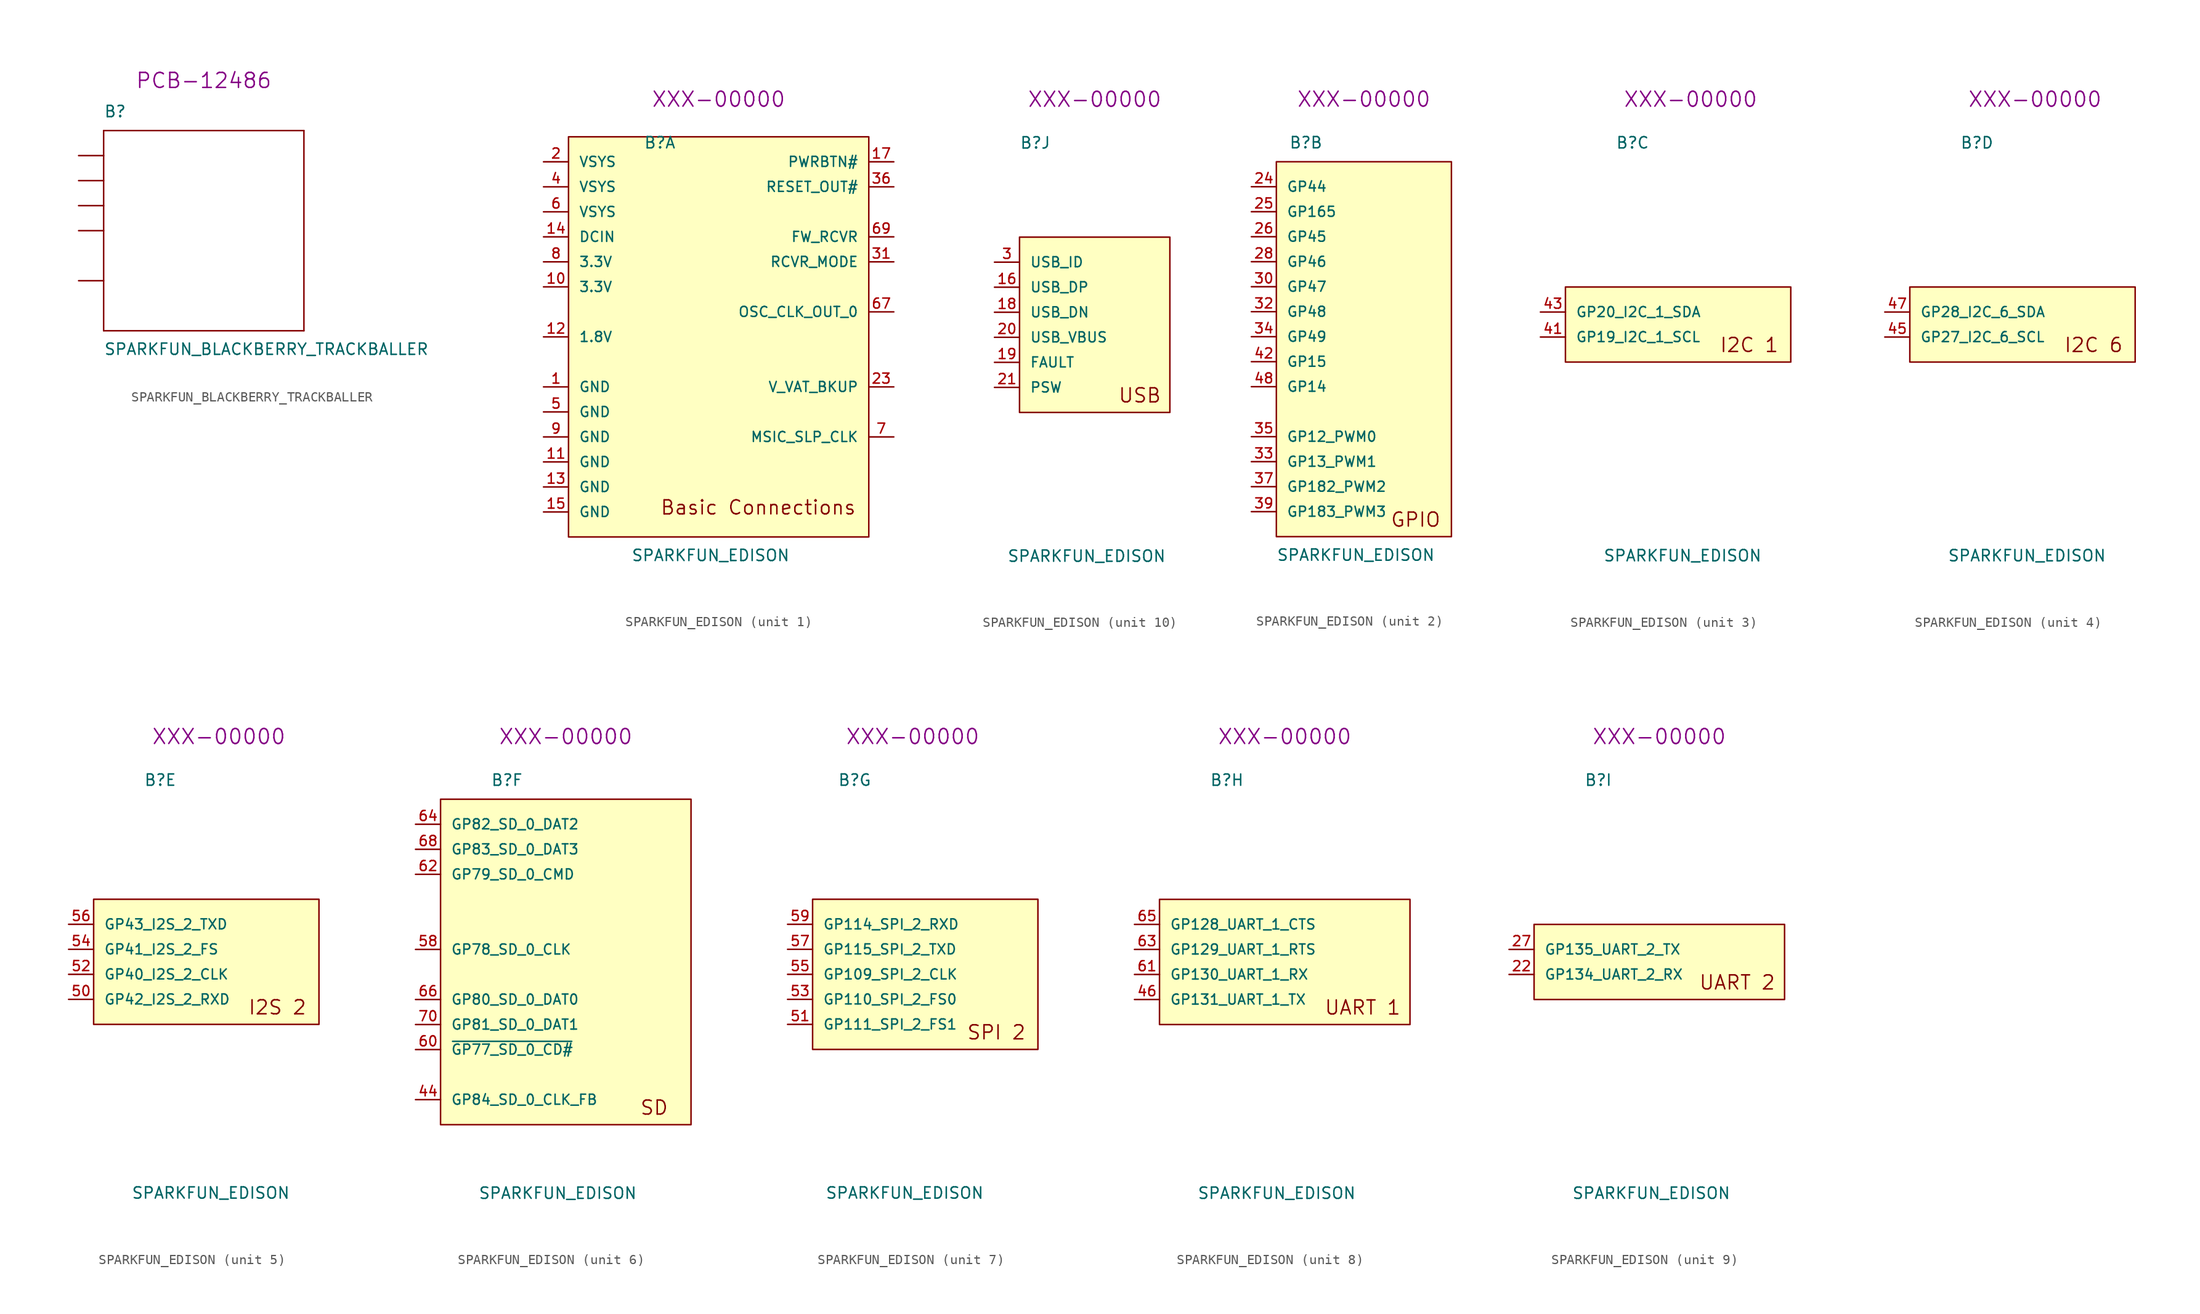
<source format=kicad_sym>
(kicad_symbol_lib
  (version 20201005)
  (generator kicad_symbol_editor)
  (symbol "SPARKFUN_BLACKBERRY_TRACKBALLER"
    (pin_names
      (offset 1.016))
    (property "Reference" "B"
      (at -10.16 11.43 0)
      (effects (font (size 1.143 1.143)) (justify left bottom)))
    (property "Value" "SPARKFUN_BLACKBERRY_TRACKBALLER"
      (at -10.16 -12.7 0)
      (effects (font (size 1.143 1.143)) (justify left bottom)))
    (property "Field4" "PCB-12486"
      (at 0 15.24 0)
      (effects (font (size 1.524 1.524))))
    (property "ki_locked" ""
      (at 0 0 0)
      (effects (font (size 1.27 1.27))))
    (symbol "SPARKFUN_BLACKBERRY_TRACKBALLER_1_0"
      (polyline (pts (xy -12.7 -5.08) (xy -10.16 -5.08)) (stroke (width 0)) (fill (type none)))
      (polyline (pts (xy -12.7 0) (xy -10.16 0)) (stroke (width 0)) (fill (type none)))
      (polyline (pts (xy -12.7 2.54) (xy -10.16 2.54)) (stroke (width 0)) (fill (type none)))
      (polyline (pts (xy -12.7 5.08) (xy -10.16 5.08)) (stroke (width 0)) (fill (type none)))
      (polyline (pts (xy -12.7 7.62) (xy -10.16 7.62)) (stroke (width 0)) (fill (type none)))
      (polyline (pts (xy -10.16 -10.16) (xy -10.16 10.16)) (stroke (width 0)) (fill (type none)))
      (polyline (pts (xy -10.16 -10.16) (xy 10.16 -10.16)) (stroke (width 0)) (fill (type none)))
      (polyline (pts (xy -10.16 10.16) (xy 10.16 10.16)) (stroke (width 0)) (fill (type none)))
      (polyline (pts (xy 10.16 10.16) (xy 10.16 -10.16)) (stroke (width 0)) (fill (type none))))
    (symbol "SPARKFUN_BLACKBERRY_TRACKBALLER_1_1"
      (pin input line (at 12.7 0 180) (length 2.54) hide (name "BLU" (effects (font (size 1.016 1.016)))) (number "~" (effects (font (size 1.016 1.016)))))
      (pin output line (at -12.7 -5.08 0) (length 2.54) hide (name "BTN" (effects (font (size 1.016 1.016)))) (number "~" (effects (font (size 1.016 1.016)))))
      (pin output line (at -12.7 5.08 0) (length 2.54) hide (name "DWN" (effects (font (size 1.016 1.016)))) (number "~" (effects (font (size 1.016 1.016)))))
      (pin power_in line (at 12.7 -7.62 180) (length 2.54) hide (name "GND" (effects (font (size 1.016 1.016)))) (number "~" (effects (font (size 1.016 1.016)))))
      (pin input line (at 12.7 5.08 180) (length 2.54) hide (name "GRN" (effects (font (size 1.016 1.016)))) (number "~" (effects (font (size 1.016 1.016)))))
      (pin output line (at -12.7 2.54 0) (length 2.54) hide (name "LFT" (effects (font (size 1.016 1.016)))) (number "~" (effects (font (size 1.016 1.016)))))
      (pin input line (at 12.7 2.54 180) (length 2.54) hide (name "RED" (effects (font (size 1.016 1.016)))) (number "~" (effects (font (size 1.016 1.016)))))
      (pin output line (at -12.7 0 0) (length 2.54) hide (name "RHT" (effects (font (size 1.016 1.016)))) (number "~" (effects (font (size 1.016 1.016)))))
      (pin output line (at -12.7 7.62 0) (length 2.54) hide (name "UP" (effects (font (size 1.016 1.016)))) (number "~" (effects (font (size 1.016 1.016)))))
      (pin power_in line (at 12.7 -5.08 180) (length 2.54) hide (name "VCC" (effects (font (size 1.016 1.016)))) (number "~" (effects (font (size 1.016 1.016)))))
      (pin input line (at 12.7 7.62 180) (length 2.54) hide (name "WHT" (effects (font (size 1.016 1.016)))) (number "~" (effects (font (size 1.016 1.016)))))))
  (symbol "SPARKFUN_EDISON"
    (pin_names
      (offset 1.016))
    (property "Reference" "B"
      (at -7.62 19.05 0)
      (effects (font (size 1.143 1.143)) (justify left bottom)))
    (property "Value" "SPARKFUN_EDISON"
      (at -8.89 -22.86 0)
      (effects (font (size 1.143 1.143)) (justify left bottom)))
    (property "Field4" "XXX-00000"
      (at 0 24.13 0)
      (effects (font (size 1.524 1.524))))
    (property "ki_locked" ""
      (at 0 0 0)
      (effects (font (size 1.27 1.27))))
    (symbol "SPARKFUN_EDISON_1_0"
      (text "Basic Connections" (at 4.013 -17.323 0) (effects (font (size 1.422 1.422)))))
    (symbol "SPARKFUN_EDISON_1_1"
      (polyline (pts (xy -15.24 20.32) (xy 15.24 20.32) (xy 15.24 -20.32) (xy -15.24 -20.32) (xy -15.24 20.32)) (stroke (width 0)) (fill (type background)))
      (pin power_in line (at -17.78 -5.08 0) (length 2.54) (name "GND" (effects (font (size 1.016 1.016)))) (number "1" (effects (font (size 1.016 1.016)))))
      (pin power_in line (at -17.78 17.78 0) (length 2.54) (name "VSYS" (effects (font (size 1.016 1.016)))) (number "2" (effects (font (size 1.016 1.016)))))
      (pin power_in line (at -17.78 15.24 0) (length 2.54) (name "VSYS" (effects (font (size 1.016 1.016)))) (number "4" (effects (font (size 1.016 1.016)))))
      (pin power_in line (at -17.78 -7.62 0) (length 2.54) (name "GND" (effects (font (size 1.016 1.016)))) (number "5" (effects (font (size 1.016 1.016)))))
      (pin power_in line (at -17.78 12.7 0) (length 2.54) (name "VSYS" (effects (font (size 1.016 1.016)))) (number "6" (effects (font (size 1.016 1.016)))))
      (pin bidirectional line (at 17.78 -10.16 180) (length 2.54) (name "MSIC_SLP_CLK" (effects (font (size 1.016 1.016)))) (number "7" (effects (font (size 1.016 1.016)))))
      (pin power_in line (at -17.78 7.62 0) (length 2.54) (name "3.3V" (effects (font (size 1.016 1.016)))) (number "8" (effects (font (size 1.016 1.016)))))
      (pin power_in line (at -17.78 -10.16 0) (length 2.54) (name "GND" (effects (font (size 1.016 1.016)))) (number "9" (effects (font (size 1.016 1.016)))))
      (pin power_in line (at -17.78 5.08 0) (length 2.54) (name "3.3V" (effects (font (size 1.016 1.016)))) (number "10" (effects (font (size 1.016 1.016)))))
      (pin power_in line (at -17.78 -12.7 0) (length 2.54) (name "GND" (effects (font (size 1.016 1.016)))) (number "11" (effects (font (size 1.016 1.016)))))
      (pin bidirectional line (at 17.78 7.62 180) (length 2.54) (name "RCVR_MODE" (effects (font (size 1.016 1.016)))) (number "31" (effects (font (size 1.016 1.016)))))
      (pin power_in line (at -17.78 0 0) (length 2.54) (name "1.8V" (effects (font (size 1.016 1.016)))) (number "12" (effects (font (size 1.016 1.016)))))
      (pin power_in line (at -17.78 -15.24 0) (length 2.54) (name "GND" (effects (font (size 1.016 1.016)))) (number "13" (effects (font (size 1.016 1.016)))))
      (pin power_in line (at 17.78 -5.08 180) (length 2.54) (name "V_VAT_BKUP" (effects (font (size 1.016 1.016)))) (number "23" (effects (font (size 1.016 1.016)))))
      (pin power_in line (at -17.78 10.16 0) (length 2.54) (name "DCIN" (effects (font (size 1.016 1.016)))) (number "14" (effects (font (size 1.016 1.016)))))
      (pin power_in line (at -17.78 -17.78 0) (length 2.54) (name "GND" (effects (font (size 1.016 1.016)))) (number "15" (effects (font (size 1.016 1.016)))))
      (pin bidirectional line (at 17.78 15.24 180) (length 2.54) (name "RESET_OUT#" (effects (font (size 1.016 1.016)))) (number "36" (effects (font (size 1.016 1.016)))))
      (pin bidirectional line (at 17.78 17.78 180) (length 2.54) (name "PWRBTN#" (effects (font (size 1.016 1.016)))) (number "17" (effects (font (size 1.016 1.016)))))
      (pin bidirectional line (at 17.78 2.54 180) (length 2.54) (name "OSC_CLK_OUT_0" (effects (font (size 1.016 1.016)))) (number "67" (effects (font (size 1.016 1.016)))))
      (pin bidirectional line (at 17.78 10.16 180) (length 2.54) (name "FW_RCVR" (effects (font (size 1.016 1.016)))) (number "69" (effects (font (size 1.016 1.016))))))
    (symbol "SPARKFUN_EDISON_2_0"
      (text "GPIO" (at 5.258 -18.593 0) (effects (font (size 1.422 1.422)))))
    (symbol "SPARKFUN_EDISON_2_1"
      (polyline (pts (xy -8.89 17.78) (xy 8.89 17.78) (xy 8.89 -20.32) (xy -8.89 -20.32) (xy -8.89 17.78)) (stroke (width 0)) (fill (type background)))
      (pin bidirectional line (at -11.43 5.08 0) (length 2.54) (name "GP47" (effects (font (size 1.016 1.016)))) (number "30" (effects (font (size 1.016 1.016)))))
      (pin bidirectional line (at -11.43 2.54 0) (length 2.54) (name "GP48" (effects (font (size 1.016 1.016)))) (number "32" (effects (font (size 1.016 1.016)))))
      (pin bidirectional line (at -11.43 -2.54 0) (length 2.54) (name "GP15" (effects (font (size 1.016 1.016)))) (number "42" (effects (font (size 1.016 1.016)))))
      (pin bidirectional line (at -11.43 -12.7 0) (length 2.54) (name "GP13_PWM1" (effects (font (size 1.016 1.016)))) (number "33" (effects (font (size 1.016 1.016)))))
      (pin bidirectional line (at -11.43 15.24 0) (length 2.54) (name "GP44" (effects (font (size 1.016 1.016)))) (number "24" (effects (font (size 1.016 1.016)))))
      (pin bidirectional line (at -11.43 0 0) (length 2.54) (name "GP49" (effects (font (size 1.016 1.016)))) (number "34" (effects (font (size 1.016 1.016)))))
      (pin bidirectional line (at -11.43 12.7 0) (length 2.54) (name "GP165" (effects (font (size 1.016 1.016)))) (number "25" (effects (font (size 1.016 1.016)))))
      (pin bidirectional line (at -11.43 -10.16 0) (length 2.54) (name "GP12_PWM0" (effects (font (size 1.016 1.016)))) (number "35" (effects (font (size 1.016 1.016)))))
      (pin bidirectional line (at -11.43 10.16 0) (length 2.54) (name "GP45" (effects (font (size 1.016 1.016)))) (number "26" (effects (font (size 1.016 1.016)))))
      (pin bidirectional line (at -11.43 -15.24 0) (length 2.54) (name "GP182_PWM2" (effects (font (size 1.016 1.016)))) (number "37" (effects (font (size 1.016 1.016)))))
      (pin bidirectional line (at -11.43 7.62 0) (length 2.54) (name "GP46" (effects (font (size 1.016 1.016)))) (number "28" (effects (font (size 1.016 1.016)))))
      (pin bidirectional line (at -11.43 -5.08 0) (length 2.54) (name "GP14" (effects (font (size 1.016 1.016)))) (number "48" (effects (font (size 1.016 1.016)))))
      (pin bidirectional line (at -11.43 -17.78 0) (length 2.54) (name "GP183_PWM3" (effects (font (size 1.016 1.016)))) (number "39" (effects (font (size 1.016 1.016))))))
    (symbol "SPARKFUN_EDISON_3_0"
      (text "I2C 1" (at 5.944 -0.813 0) (effects (font (size 1.422 1.422)))))
    (symbol "SPARKFUN_EDISON_3_1"
      (polyline (pts (xy -12.7 5.08) (xy 10.16 5.08) (xy 10.16 -2.54) (xy -12.7 -2.54) (xy -12.7 5.08)) (stroke (width 0)) (fill (type background)))
      (pin bidirectional line (at -15.24 0 0) (length 2.54) (name "GP19_I2C_1_SCL" (effects (font (size 1.016 1.016)))) (number "41" (effects (font (size 1.016 1.016)))))
      (pin bidirectional line (at -15.24 2.54 0) (length 2.54) (name "GP20_I2C_1_SDA" (effects (font (size 1.016 1.016)))) (number "43" (effects (font (size 1.016 1.016))))))
    (symbol "SPARKFUN_EDISON_4_0"
      (text "I2C 6" (at 5.944 -0.813 0) (effects (font (size 1.422 1.422)))))
    (symbol "SPARKFUN_EDISON_4_1"
      (polyline (pts (xy -12.7 5.08) (xy 10.16 5.08) (xy 10.16 -2.54) (xy -12.7 -2.54) (xy -12.7 5.08)) (stroke (width 0)) (fill (type background)))
      (pin bidirectional line (at -15.24 0 0) (length 2.54) (name "GP27_I2C_6_SCL" (effects (font (size 1.016 1.016)))) (number "45" (effects (font (size 1.016 1.016)))))
      (pin bidirectional line (at -15.24 2.54 0) (length 2.54) (name "GP28_I2C_6_SDA" (effects (font (size 1.016 1.016)))) (number "47" (effects (font (size 1.016 1.016))))))
    (symbol "SPARKFUN_EDISON_5_0"
      (text "I2S 2" (at 5.944 -3.353 0) (effects (font (size 1.422 1.422)))))
    (symbol "SPARKFUN_EDISON_5_1"
      (polyline (pts (xy -12.7 7.62) (xy 10.16 7.62) (xy 10.16 -5.08) (xy -12.7 -5.08) (xy -12.7 7.62)) (stroke (width 0)) (fill (type background)))
      (pin bidirectional line (at -15.24 -2.54 0) (length 2.54) (name "GP42_I2S_2_RXD" (effects (font (size 1.016 1.016)))) (number "50" (effects (font (size 1.016 1.016)))))
      (pin bidirectional line (at -15.24 0 0) (length 2.54) (name "GP40_I2S_2_CLK" (effects (font (size 1.016 1.016)))) (number "52" (effects (font (size 1.016 1.016)))))
      (pin bidirectional line (at -15.24 2.54 0) (length 2.54) (name "GP41_I2S_2_FS" (effects (font (size 1.016 1.016)))) (number "54" (effects (font (size 1.016 1.016)))))
      (pin bidirectional line (at -15.24 5.08 0) (length 2.54) (name "GP43_I2S_2_TXD" (effects (font (size 1.016 1.016)))) (number "56" (effects (font (size 1.016 1.016))))))
    (symbol "SPARKFUN_EDISON_6_0"
      (text "SD" (at 8.966 -13.513 0) (effects (font (size 1.422 1.422)))))
    (symbol "SPARKFUN_EDISON_6_1"
      (polyline (pts (xy -12.7 17.78) (xy 12.7 17.78) (xy 12.7 -15.24) (xy -12.7 -15.24) (xy -12.7 17.78)) (stroke (width 0)) (fill (type background)))
      (pin bidirectional line (at -15.24 -7.62 0) (length 2.54) (name "~GP77_SD_0_CD#" (effects (font (size 1.016 1.016)))) (number "60" (effects (font (size 1.016 1.016)))))
      (pin bidirectional line (at -15.24 -5.08 0) (length 2.54) (name "GP81_SD_0_DAT1" (effects (font (size 1.016 1.016)))) (number "70" (effects (font (size 1.016 1.016)))))
      (pin bidirectional line (at -15.24 10.16 0) (length 2.54) (name "GP79_SD_0_CMD" (effects (font (size 1.016 1.016)))) (number "62" (effects (font (size 1.016 1.016)))))
      (pin bidirectional line (at -15.24 -12.7 0) (length 2.54) (name "GP84_SD_0_CLK_FB" (effects (font (size 1.016 1.016)))) (number "44" (effects (font (size 1.016 1.016)))))
      (pin bidirectional line (at -15.24 15.24 0) (length 2.54) (name "GP82_SD_0_DAT2" (effects (font (size 1.016 1.016)))) (number "64" (effects (font (size 1.016 1.016)))))
      (pin bidirectional line (at -15.24 -2.54 0) (length 2.54) (name "GP80_SD_0_DAT0" (effects (font (size 1.016 1.016)))) (number "66" (effects (font (size 1.016 1.016)))))
      (pin bidirectional line (at -15.24 2.54 0) (length 2.54) (name "GP78_SD_0_CLK" (effects (font (size 1.016 1.016)))) (number "58" (effects (font (size 1.016 1.016)))))
      (pin bidirectional line (at -15.24 12.7 0) (length 2.54) (name "GP83_SD_0_DAT3" (effects (font (size 1.016 1.016)))) (number "68" (effects (font (size 1.016 1.016))))))
    (symbol "SPARKFUN_EDISON_7_0"
      (text "SPI 2" (at 8.484 -5.893 0) (effects (font (size 1.422 1.422)))))
    (symbol "SPARKFUN_EDISON_7_1"
      (polyline (pts (xy -10.16 7.62) (xy 12.7 7.62) (xy 12.7 -7.62) (xy -10.16 -7.62) (xy -10.16 7.62)) (stroke (width 0)) (fill (type background)))
      (pin bidirectional line (at -12.7 -5.08 0) (length 2.54) (name "GP111_SPI_2_FS1" (effects (font (size 1.016 1.016)))) (number "51" (effects (font (size 1.016 1.016)))))
      (pin bidirectional line (at -12.7 -2.54 0) (length 2.54) (name "GP110_SPI_2_FS0" (effects (font (size 1.016 1.016)))) (number "53" (effects (font (size 1.016 1.016)))))
      (pin bidirectional line (at -12.7 0 0) (length 2.54) (name "GP109_SPI_2_CLK" (effects (font (size 1.016 1.016)))) (number "55" (effects (font (size 1.016 1.016)))))
      (pin bidirectional line (at -12.7 2.54 0) (length 2.54) (name "GP115_SPI_2_TXD" (effects (font (size 1.016 1.016)))) (number "57" (effects (font (size 1.016 1.016)))))
      (pin bidirectional line (at -12.7 5.08 0) (length 2.54) (name "GP114_SPI_2_RXD" (effects (font (size 1.016 1.016)))) (number "59" (effects (font (size 1.016 1.016))))))
    (symbol "SPARKFUN_EDISON_8_0"
      (text "UART 1" (at 7.899 -3.353 0) (effects (font (size 1.422 1.422)))))
    (symbol "SPARKFUN_EDISON_8_1"
      (polyline (pts (xy -12.7 7.62) (xy 12.7 7.62) (xy 12.7 -5.08) (xy -12.7 -5.08) (xy -12.7 7.62)) (stroke (width 0)) (fill (type background)))
      (pin bidirectional line (at -15.24 0 0) (length 2.54) (name "GP130_UART_1_RX" (effects (font (size 1.016 1.016)))) (number "61" (effects (font (size 1.016 1.016)))))
      (pin bidirectional line (at -15.24 2.54 0) (length 2.54) (name "GP129_UART_1_RTS" (effects (font (size 1.016 1.016)))) (number "63" (effects (font (size 1.016 1.016)))))
      (pin bidirectional line (at -15.24 5.08 0) (length 2.54) (name "GP128_UART_1_CTS" (effects (font (size 1.016 1.016)))) (number "65" (effects (font (size 1.016 1.016)))))
      (pin bidirectional line (at -15.24 -2.54 0) (length 2.54) (name "GP131_UART_1_TX" (effects (font (size 1.016 1.016)))) (number "46" (effects (font (size 1.016 1.016))))))
    (symbol "SPARKFUN_EDISON_9_0"
      (text "UART 2" (at 7.899 -0.813 0) (effects (font (size 1.422 1.422)))))
    (symbol "SPARKFUN_EDISON_9_1"
      (polyline (pts (xy -12.7 5.08) (xy 12.7 5.08) (xy 12.7 -2.54) (xy -12.7 -2.54) (xy -12.7 5.08)) (stroke (width 0)) (fill (type background)))
      (pin bidirectional line (at -15.24 0 0) (length 2.54) (name "GP134_UART_2_RX" (effects (font (size 1.016 1.016)))) (number "22" (effects (font (size 1.016 1.016)))))
      (pin bidirectional line (at -15.24 2.54 0) (length 2.54) (name "GP135_UART_2_TX" (effects (font (size 1.016 1.016)))) (number "27" (effects (font (size 1.016 1.016))))))
    (symbol "SPARKFUN_EDISON_10_0"
      (text "USB" (at 4.572 -5.893 0) (effects (font (size 1.422 1.422)))))
    (symbol "SPARKFUN_EDISON_10_1"
      (polyline (pts (xy -7.62 10.16) (xy 7.62 10.16) (xy 7.62 -7.62) (xy -7.62 -7.62) (xy -7.62 10.16)) (stroke (width 0)) (fill (type background)))
      (pin bidirectional line (at -10.16 7.62 0) (length 2.54) (name "USB_ID" (effects (font (size 1.016 1.016)))) (number "3" (effects (font (size 1.016 1.016)))))
      (pin bidirectional line (at -10.16 0 0) (length 2.54) (name "USB_VBUS" (effects (font (size 1.016 1.016)))) (number "20" (effects (font (size 1.016 1.016)))))
      (pin bidirectional line (at -10.16 -5.08 0) (length 2.54) (name "PSW" (effects (font (size 1.016 1.016)))) (number "21" (effects (font (size 1.016 1.016)))))
      (pin bidirectional line (at -10.16 5.08 0) (length 2.54) (name "USB_DP" (effects (font (size 1.016 1.016)))) (number "16" (effects (font (size 1.016 1.016)))))
      (pin bidirectional line (at -10.16 2.54 0) (length 2.54) (name "USB_DN" (effects (font (size 1.016 1.016)))) (number "18" (effects (font (size 1.016 1.016)))))
      (pin bidirectional line (at -10.16 -2.54 0) (length 2.54) (name "FAULT" (effects (font (size 1.016 1.016)))) (number "19" (effects (font (size 1.016 1.016))))))))
</source>
